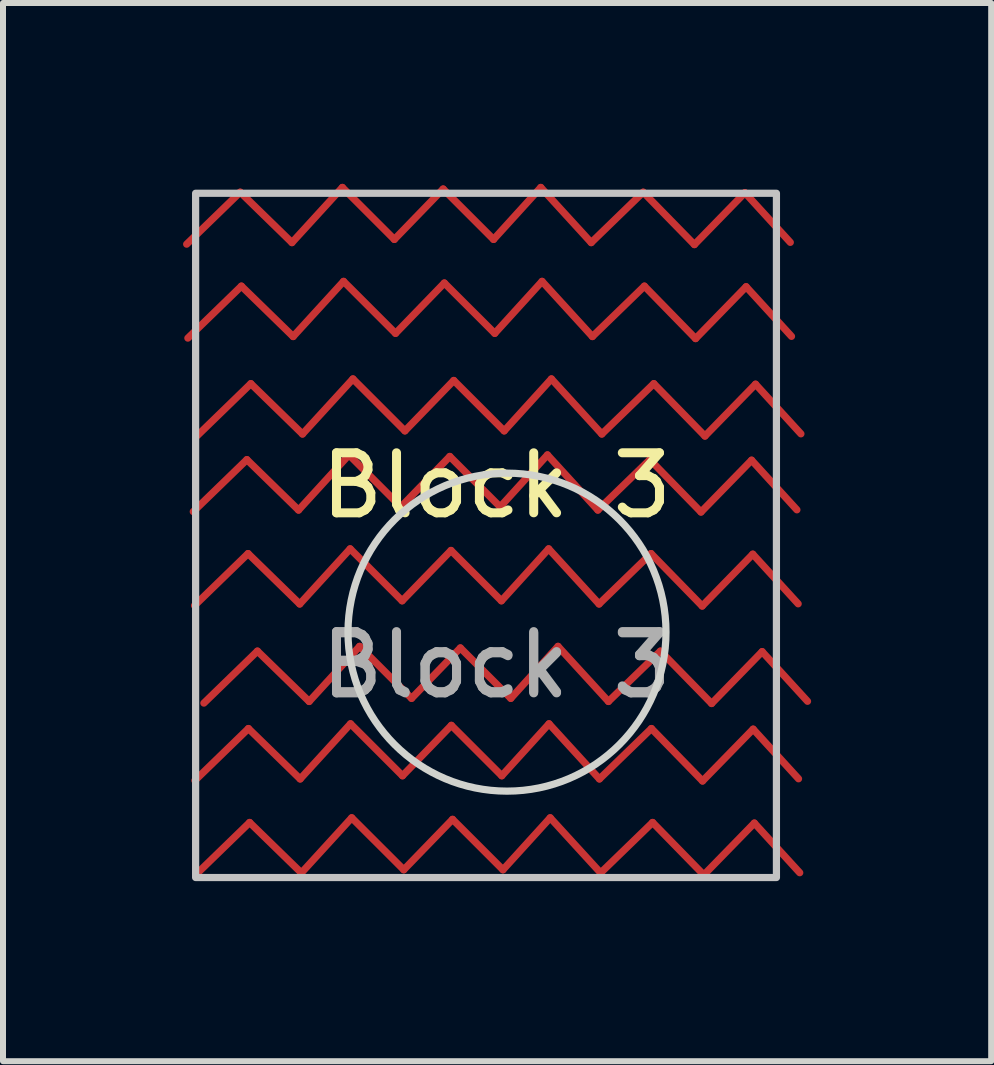
<source format=kicad_pcb>
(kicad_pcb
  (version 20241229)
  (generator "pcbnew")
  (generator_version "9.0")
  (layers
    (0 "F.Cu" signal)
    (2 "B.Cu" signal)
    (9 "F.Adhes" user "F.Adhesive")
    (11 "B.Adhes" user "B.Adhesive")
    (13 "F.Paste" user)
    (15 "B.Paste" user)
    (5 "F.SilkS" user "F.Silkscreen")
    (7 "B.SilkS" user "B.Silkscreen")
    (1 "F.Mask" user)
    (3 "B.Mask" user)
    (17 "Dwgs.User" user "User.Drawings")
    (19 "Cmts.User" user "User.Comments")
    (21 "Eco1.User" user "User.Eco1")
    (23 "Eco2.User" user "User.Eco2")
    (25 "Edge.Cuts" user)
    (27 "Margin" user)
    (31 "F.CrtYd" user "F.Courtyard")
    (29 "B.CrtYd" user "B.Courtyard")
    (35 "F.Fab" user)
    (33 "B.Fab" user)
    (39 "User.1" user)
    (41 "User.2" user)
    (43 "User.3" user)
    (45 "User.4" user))
  (footprint "Block 3"
    (layer "F.Cu")
    (at 5.223 5.539)
    (property "Reference" "Block 3" (at 0 -0.5 0) (unlocked yes) (layer "F.SilkS") (effects (font (size 1 1) (thickness 0.15))))
    (fp_line (start -5.163 -4.521) (end -4.271 -5.387) (stroke (width 0.12) (type solid)) (layer "F.Cu"))
    (fp_line (start -5.143 -2.956) (end -4.251 -3.822) (stroke (width 0.12) (type solid)) (layer "F.Cu"))
    (fp_line (start -5.053 -0.065) (end -4.16 -0.931) (stroke (width 0.12) (type solid)) (layer "F.Cu"))
    (fp_line (start -5.032 1.5) (end -4.14 0.634) (stroke (width 0.12) (type solid)) (layer "F.Cu"))
    (fp_line (start -5.026 4.415) (end -4.134 3.549) (stroke (width 0.12) (type solid)) (layer "F.Cu"))
    (fp_line (start -5.006 5.98) (end -4.114 5.114) (stroke (width 0.12) (type solid)) (layer "F.Cu"))
    (fp_line (start -4.986 -1.331) (end -4.094 -2.197) (stroke (width 0.12) (type solid)) (layer "F.Cu"))
    (fp_line (start -4.876 3.125) (end -3.984 2.259) (stroke (width 0.12) (type solid)) (layer "F.Cu"))
    (fp_line (start -4.271 -5.387) (end -3.409 -4.547) (stroke (width 0.12) (type solid)) (layer "F.Cu"))
    (fp_line (start -4.251 -3.822) (end -3.389 -2.982) (stroke (width 0.12) (type solid)) (layer "F.Cu"))
    (fp_line (start -4.16 -0.931) (end -3.299 -0.091) (stroke (width 0.12) (type solid)) (layer "F.Cu"))
    (fp_line (start -4.14 0.634) (end -3.279 1.474) (stroke (width 0.12) (type solid)) (layer "F.Cu"))
    (fp_line (start -4.134 3.549) (end -3.272 4.389) (stroke (width 0.12) (type solid)) (layer "F.Cu"))
    (fp_line (start -4.114 5.114) (end -3.252 5.954) (stroke (width 0.12) (type solid)) (layer "F.Cu"))
    (fp_line (start -4.094 -2.197) (end -3.233 -1.358) (stroke (width 0.12) (type solid)) (layer "F.Cu"))
    (fp_line (start -3.984 2.259) (end -3.122 3.098) (stroke (width 0.12) (type solid)) (layer "F.Cu"))
    (fp_line (start -3.409 -4.547) (end -2.569 -5.466) (stroke (width 0.12) (type solid)) (layer "F.Cu"))
    (fp_line (start -3.389 -2.982) (end -2.549 -3.901) (stroke (width 0.12) (type solid)) (layer "F.Cu"))
    (fp_line (start -3.299 -0.091) (end -2.459 -1.01) (stroke (width 0.12) (type solid)) (layer "F.Cu"))
    (fp_line (start -3.279 1.474) (end -2.439 0.555) (stroke (width 0.12) (type solid)) (layer "F.Cu"))
    (fp_line (start -3.272 4.389) (end -2.433 3.47) (stroke (width 0.12) (type solid)) (layer "F.Cu"))
    (fp_line (start -3.252 5.954) (end -2.413 5.036) (stroke (width 0.12) (type solid)) (layer "F.Cu"))
    (fp_line (start -3.233 -1.358) (end -2.393 -2.276) (stroke (width 0.12) (type solid)) (layer "F.Cu"))
    (fp_line (start -3.122 3.098) (end -2.282 2.18) (stroke (width 0.12) (type solid)) (layer "F.Cu"))
    (fp_line (start -2.569 -5.466) (end -1.703 -4.6) (stroke (width 0.12) (type solid)) (layer "F.Cu"))
    (fp_line (start -2.549 -3.901) (end -1.683 -3.035) (stroke (width 0.12) (type solid)) (layer "F.Cu"))
    (fp_line (start -2.459 -1.01) (end -1.593 -0.144) (stroke (width 0.12) (type solid)) (layer "F.Cu"))
    (fp_line (start -2.439 0.555) (end -1.573 1.421) (stroke (width 0.12) (type solid)) (layer "F.Cu"))
    (fp_line (start -2.433 3.47) (end -1.567 4.336) (stroke (width 0.12) (type solid)) (layer "F.Cu"))
    (fp_line (start -2.413 5.036) (end -1.546 5.902) (stroke (width 0.12) (type solid)) (layer "F.Cu"))
    (fp_line (start -2.393 -2.276) (end -1.527 -1.41) (stroke (width 0.12) (type solid)) (layer "F.Cu"))
    (fp_line (start -2.282 2.18) (end -1.416 3.046) (stroke (width 0.12) (type solid)) (layer "F.Cu"))
    (fp_line (start -1.703 -4.6) (end -0.89 -5.44) (stroke (width 0.12) (type solid)) (layer "F.Cu"))
    (fp_line (start -1.683 -3.035) (end -0.87 -3.874) (stroke (width 0.12) (type solid)) (layer "F.Cu"))
    (fp_line (start -1.593 -0.144) (end -0.779 -0.984) (stroke (width 0.12) (type solid)) (layer "F.Cu"))
    (fp_line (start -1.573 1.421) (end -0.759 0.582) (stroke (width 0.12) (type solid)) (layer "F.Cu"))
    (fp_line (start -1.567 4.336) (end -0.753 3.496) (stroke (width 0.12) (type solid)) (layer "F.Cu"))
    (fp_line (start -1.546 5.902) (end -0.733 5.062) (stroke (width 0.12) (type solid)) (layer "F.Cu"))
    (fp_line (start -1.527 -1.41) (end -0.713 -2.25) (stroke (width 0.12) (type solid)) (layer "F.Cu"))
    (fp_line (start -1.416 3.046) (end -0.603 2.206) (stroke (width 0.12) (type solid)) (layer "F.Cu"))
    (fp_line (start -0.89 -5.44) (end -0.05 -4.6) (stroke (width 0.12) (type solid)) (layer "F.Cu"))
    (fp_line (start -0.87 -3.874) (end -0.03 -3.035) (stroke (width 0.12) (type solid)) (layer "F.Cu"))
    (fp_line (start -0.779 -0.984) (end 0.06 -0.144) (stroke (width 0.12) (type solid)) (layer "F.Cu"))
    (fp_line (start -0.759 0.582) (end 0.081 1.421) (stroke (width 0.12) (type solid)) (layer "F.Cu"))
    (fp_line (start -0.753 3.496) (end 0.087 4.336) (stroke (width 0.12) (type solid)) (layer "F.Cu"))
    (fp_line (start -0.733 5.062) (end 0.107 5.902) (stroke (width 0.12) (type solid)) (layer "F.Cu"))
    (fp_line (start -0.713 -2.25) (end 0.127 -1.41) (stroke (width 0.12) (type solid)) (layer "F.Cu"))
    (fp_line (start -0.603 2.206) (end 0.237 3.046) (stroke (width 0.12) (type solid)) (layer "F.Cu"))
    (fp_line (start -0.05 -4.6) (end 0.737 -5.466) (stroke (width 0.12) (type solid)) (layer "F.Cu"))
    (fp_line (start -0.03 -3.035) (end 0.758 -3.901) (stroke (width 0.12) (type solid)) (layer "F.Cu"))
    (fp_line (start 0.06 -0.144) (end 0.848 -1.01) (stroke (width 0.12) (type solid)) (layer "F.Cu"))
    (fp_line (start 0.081 1.421) (end 0.868 0.555) (stroke (width 0.12) (type solid)) (layer "F.Cu"))
    (fp_line (start 0.087 4.336) (end 0.874 3.47) (stroke (width 0.12) (type solid)) (layer "F.Cu"))
    (fp_line (start 0.107 5.902) (end 0.894 5.036) (stroke (width 0.12) (type solid)) (layer "F.Cu"))
    (fp_line (start 0.127 -1.41) (end 0.914 -2.276) (stroke (width 0.12) (type solid)) (layer "F.Cu"))
    (fp_line (start 0.237 3.046) (end 1.024 2.18) (stroke (width 0.12) (type solid)) (layer "F.Cu"))
    (fp_line (start 0.737 -5.466) (end 1.577 -4.547) (stroke (width 0.12) (type solid)) (layer "F.Cu"))
    (fp_line (start 0.758 -3.901) (end 1.597 -2.982) (stroke (width 0.12) (type solid)) (layer "F.Cu"))
    (fp_line (start 0.848 -1.01) (end 1.688 -0.091) (stroke (width 0.12) (type solid)) (layer "F.Cu"))
    (fp_line (start 0.868 0.555) (end 1.708 1.474) (stroke (width 0.12) (type solid)) (layer "F.Cu"))
    (fp_line (start 0.874 3.47) (end 1.714 4.389) (stroke (width 0.12) (type solid)) (layer "F.Cu"))
    (fp_line (start 0.894 5.036) (end 1.734 5.954) (stroke (width 0.12) (type solid)) (layer "F.Cu"))
    (fp_line (start 0.914 -2.276) (end 1.754 -1.358) (stroke (width 0.12) (type solid)) (layer "F.Cu"))
    (fp_line (start 1.024 2.18) (end 1.864 3.098) (stroke (width 0.12) (type solid)) (layer "F.Cu"))
    (fp_line (start 1.577 -4.547) (end 2.443 -5.387) (stroke (width 0.12) (type solid)) (layer "F.Cu"))
    (fp_line (start 1.597 -2.982) (end 2.463 -3.822) (stroke (width 0.12) (type solid)) (layer "F.Cu"))
    (fp_line (start 1.688 -0.091) (end 2.554 -0.931) (stroke (width 0.12) (type solid)) (layer "F.Cu"))
    (fp_line (start 1.708 1.474) (end 2.574 0.634) (stroke (width 0.12) (type solid)) (layer "F.Cu"))
    (fp_line (start 1.714 4.389) (end 2.58 3.549) (stroke (width 0.12) (type solid)) (layer "F.Cu"))
    (fp_line (start 1.734 5.954) (end 2.6 5.114) (stroke (width 0.12) (type solid)) (layer "F.Cu"))
    (fp_line (start 1.754 -1.358) (end 2.62 -2.197) (stroke (width 0.12) (type solid)) (layer "F.Cu"))
    (fp_line (start 1.864 3.098) (end 2.73 2.259) (stroke (width 0.12) (type solid)) (layer "F.Cu"))
    (fp_line (start 2.443 -5.387) (end 3.296 -4.514) (stroke (width 0.12) (type solid)) (layer "F.Cu"))
    (fp_line (start 2.463 -3.822) (end 3.316 -2.948) (stroke (width 0.12) (type solid)) (layer "F.Cu"))
    (fp_line (start 2.554 -0.931) (end 3.406 -0.058) (stroke (width 0.12) (type solid)) (layer "F.Cu"))
    (fp_line (start 2.574 0.634) (end 3.426 1.508) (stroke (width 0.12) (type solid)) (layer "F.Cu"))
    (fp_line (start 2.58 3.549) (end 3.432 4.423) (stroke (width 0.12) (type solid)) (layer "F.Cu"))
    (fp_line (start 2.6 5.114) (end 3.453 5.988) (stroke (width 0.12) (type solid)) (layer "F.Cu"))
    (fp_line (start 2.62 -2.197) (end 3.472 -1.324) (stroke (width 0.12) (type solid)) (layer "F.Cu"))
    (fp_line (start 2.73 2.259) (end 3.583 3.132) (stroke (width 0.12) (type solid)) (layer "F.Cu"))
    (fp_line (start 3.296 -4.514) (end 4.138 -5.378) (stroke (width 0.12) (type solid)) (layer "F.Cu"))
    (fp_line (start 3.316 -2.948) (end 4.158 -3.812) (stroke (width 0.12) (type solid)) (layer "F.Cu"))
    (fp_line (start 3.406 -0.058) (end 4.249 -0.922) (stroke (width 0.12) (type solid)) (layer "F.Cu"))
    (fp_line (start 3.426 1.508) (end 4.269 0.644) (stroke (width 0.12) (type solid)) (layer "F.Cu"))
    (fp_line (start 3.432 4.423) (end 4.275 3.559) (stroke (width 0.12) (type solid)) (layer "F.Cu"))
    (fp_line (start 3.453 5.988) (end 4.295 5.124) (stroke (width 0.12) (type solid)) (layer "F.Cu"))
    (fp_line (start 3.472 -1.324) (end 4.315 -2.188) (stroke (width 0.12) (type solid)) (layer "F.Cu"))
    (fp_line (start 3.583 3.132) (end 4.425 2.268) (stroke (width 0.12) (type solid)) (layer "F.Cu"))
    (fp_line (start 4.138 -5.378) (end 4.894 -4.551) (stroke (width 0.12) (type solid)) (layer "F.Cu"))
    (fp_line (start 4.158 -3.812) (end 4.914 -2.985) (stroke (width 0.12) (type solid)) (layer "F.Cu"))
    (fp_line (start 4.249 -0.922) (end 5.004 -0.095) (stroke (width 0.12) (type solid)) (layer "F.Cu"))
    (fp_line (start 4.269 0.644) (end 5.025 1.471) (stroke (width 0.12) (type solid)) (layer "F.Cu"))
    (fp_line (start 4.275 3.559) (end 5.031 4.386) (stroke (width 0.12) (type solid)) (layer "F.Cu"))
    (fp_line (start 4.295 5.124) (end 5.051 5.951) (stroke (width 0.12) (type solid)) (layer "F.Cu"))
    (fp_line (start 4.315 -2.188) (end 5.071 -1.361) (stroke (width 0.12) (type solid)) (layer "F.Cu"))
    (fp_line (start 4.425 2.268) (end 5.181 3.095) (stroke (width 0.12) (type solid)) (layer "F.Cu"))
    (fp_line (start -5.163 -4.535) (end -4.271 -5.401) (stroke (width 0.12) (type solid)) (layer "F.Mask"))
    (fp_line (start -5.143 -2.969) (end -4.251 -3.835) (stroke (width 0.12) (type solid)) (layer "F.Mask"))
    (fp_line (start -5.053 -0.079) (end -4.161 -0.945) (stroke (width 0.12) (type solid)) (layer "F.Mask"))
    (fp_line (start -5.033 1.487) (end -4.141 0.621) (stroke (width 0.12) (type solid)) (layer "F.Mask"))
    (fp_line (start -5.027 4.402) (end -4.134 3.536) (stroke (width 0.12) (type solid)) (layer "F.Mask"))
    (fp_line (start -5.006 5.967) (end -4.114 5.101) (stroke (width 0.12) (type solid)) (layer "F.Mask"))
    (fp_line (start -4.987 -1.345) (end -4.094 -2.211) (stroke (width 0.12) (type solid)) (layer "F.Mask"))
    (fp_line (start -4.876 3.111) (end -3.984 2.245) (stroke (width 0.12) (type solid)) (layer "F.Mask"))
    (fp_line (start -4.271 -5.401) (end -3.41 -4.561) (stroke (width 0.12) (type solid)) (layer "F.Mask"))
    (fp_line (start -4.251 -3.835) (end -3.39 -2.995) (stroke (width 0.12) (type solid)) (layer "F.Mask"))
    (fp_line (start -4.161 -0.945) (end -3.299 -0.105) (stroke (width 0.12) (type solid)) (layer "F.Mask"))
    (fp_line (start -4.141 0.621) (end -3.279 1.461) (stroke (width 0.12) (type solid)) (layer "F.Mask"))
    (fp_line (start -4.134 3.536) (end -3.273 4.376) (stroke (width 0.12) (type solid)) (layer "F.Mask"))
    (fp_line (start -4.114 5.101) (end -3.253 5.941) (stroke (width 0.12) (type solid)) (layer "F.Mask"))
    (fp_line (start -4.094 -2.211) (end -3.233 -1.371) (stroke (width 0.12) (type solid)) (layer "F.Mask"))
    (fp_line (start -3.984 2.245) (end -3.123 3.085) (stroke (width 0.12) (type solid)) (layer "F.Mask"))
    (fp_line (start -3.41 -4.561) (end -2.57 -5.479) (stroke (width 0.12) (type solid)) (layer "F.Mask"))
    (fp_line (start -3.39 -2.995) (end -2.55 -3.914) (stroke (width 0.12) (type solid)) (layer "F.Mask"))
    (fp_line (start -3.299 -0.105) (end -2.459 -1.023) (stroke (width 0.12) (type solid)) (layer "F.Mask"))
    (fp_line (start -3.279 1.461) (end -2.439 0.542) (stroke (width 0.12) (type solid)) (layer "F.Mask"))
    (fp_line (start -3.273 4.376) (end -2.433 3.457) (stroke (width 0.12) (type solid)) (layer "F.Mask"))
    (fp_line (start -3.253 5.941) (end -2.413 5.022) (stroke (width 0.12) (type solid)) (layer "F.Mask"))
    (fp_line (start -3.233 -1.371) (end -2.393 -2.289) (stroke (width 0.12) (type solid)) (layer "F.Mask"))
    (fp_line (start -3.123 3.085) (end -2.283 2.167) (stroke (width 0.12) (type solid)) (layer "F.Mask"))
    (fp_line (start -2.57 -5.479) (end -1.704 -4.613) (stroke (width 0.12) (type solid)) (layer "F.Mask"))
    (fp_line (start -2.55 -3.914) (end -1.684 -3.048) (stroke (width 0.12) (type solid)) (layer "F.Mask"))
    (fp_line (start -2.459 -1.023) (end -1.593 -0.157) (stroke (width 0.12) (type solid)) (layer "F.Mask"))
    (fp_line (start -2.439 0.542) (end -1.573 1.408) (stroke (width 0.12) (type solid)) (layer "F.Mask"))
    (fp_line (start -2.433 3.457) (end -1.567 4.323) (stroke (width 0.12) (type solid)) (layer "F.Mask"))
    (fp_line (start -2.413 5.022) (end -1.547 5.888) (stroke (width 0.12) (type solid)) (layer "F.Mask"))
    (fp_line (start -2.393 -2.289) (end -1.527 -1.423) (stroke (width 0.12) (type solid)) (layer "F.Mask"))
    (fp_line (start -2.283 2.167) (end -1.417 3.033) (stroke (width 0.12) (type solid)) (layer "F.Mask"))
    (fp_line (start -1.704 -4.613) (end -0.89 -5.453) (stroke (width 0.12) (type solid)) (layer "F.Mask"))
    (fp_line (start -1.684 -3.048) (end -0.87 -3.888) (stroke (width 0.12) (type solid)) (layer "F.Mask"))
    (fp_line (start -1.593 -0.157) (end -0.78 -0.997) (stroke (width 0.12) (type solid)) (layer "F.Mask"))
    (fp_line (start -1.573 1.408) (end -0.76 0.568) (stroke (width 0.12) (type solid)) (layer "F.Mask"))
    (fp_line (start -1.567 4.323) (end -0.753 3.483) (stroke (width 0.12) (type solid)) (layer "F.Mask"))
    (fp_line (start -1.547 5.888) (end -0.733 5.048) (stroke (width 0.12) (type solid)) (layer "F.Mask"))
    (fp_line (start -1.527 -1.423) (end -0.714 -2.263) (stroke (width 0.12) (type solid)) (layer "F.Mask"))
    (fp_line (start -1.417 3.033) (end -0.603 2.193) (stroke (width 0.12) (type solid)) (layer "F.Mask"))
    (fp_line (start -0.89 -5.453) (end -0.05 -4.613) (stroke (width 0.12) (type solid)) (layer "F.Mask"))
    (fp_line (start -0.87 -3.888) (end -0.03 -3.048) (stroke (width 0.12) (type solid)) (layer "F.Mask"))
    (fp_line (start -0.78 -0.997) (end 0.06 -0.157) (stroke (width 0.12) (type solid)) (layer "F.Mask"))
    (fp_line (start -0.76 0.568) (end 0.08 1.408) (stroke (width 0.12) (type solid)) (layer "F.Mask"))
    (fp_line (start -0.753 3.483) (end 0.087 4.323) (stroke (width 0.12) (type solid)) (layer "F.Mask"))
    (fp_line (start -0.733 5.048) (end 0.107 5.888) (stroke (width 0.12) (type solid)) (layer "F.Mask"))
    (fp_line (start -0.714 -2.263) (end 0.126 -1.423) (stroke (width 0.12) (type solid)) (layer "F.Mask"))
    (fp_line (start -0.603 2.193) (end 0.237 3.033) (stroke (width 0.12) (type solid)) (layer "F.Mask"))
    (fp_line (start -0.05 -4.613) (end 0.737 -5.479) (stroke (width 0.12) (type solid)) (layer "F.Mask"))
    (fp_line (start -0.03 -3.048) (end 0.757 -3.914) (stroke (width 0.12) (type solid)) (layer "F.Mask"))
    (fp_line (start 0.06 -0.157) (end 0.847 -1.023) (stroke (width 0.12) (type solid)) (layer "F.Mask"))
    (fp_line (start 0.08 1.408) (end 0.868 0.542) (stroke (width 0.12) (type solid)) (layer "F.Mask"))
    (fp_line (start 0.087 4.323) (end 0.874 3.457) (stroke (width 0.12) (type solid)) (layer "F.Mask"))
    (fp_line (start 0.107 5.888) (end 0.894 5.022) (stroke (width 0.12) (type solid)) (layer "F.Mask"))
    (fp_line (start 0.126 -1.423) (end 0.914 -2.289) (stroke (width 0.12) (type solid)) (layer "F.Mask"))
    (fp_line (start 0.237 3.033) (end 1.024 2.167) (stroke (width 0.12) (type solid)) (layer "F.Mask"))
    (fp_line (start 0.737 -5.479) (end 1.577 -4.561) (stroke (width 0.12) (type solid)) (layer "F.Mask"))
    (fp_line (start 0.757 -3.914) (end 1.597 -2.995) (stroke (width 0.12) (type solid)) (layer "F.Mask"))
    (fp_line (start 0.847 -1.023) (end 1.687 -0.105) (stroke (width 0.12) (type solid)) (layer "F.Mask"))
    (fp_line (start 0.868 0.542) (end 1.707 1.461) (stroke (width 0.12) (type solid)) (layer "F.Mask"))
    (fp_line (start 0.874 3.457) (end 1.714 4.376) (stroke (width 0.12) (type solid)) (layer "F.Mask"))
    (fp_line (start 0.894 5.022) (end 1.734 5.941) (stroke (width 0.12) (type solid)) (layer "F.Mask"))
    (fp_line (start 0.914 -2.289) (end 1.753 -1.371) (stroke (width 0.12) (type solid)) (layer "F.Mask"))
    (fp_line (start 1.024 2.167) (end 1.864 3.085) (stroke (width 0.12) (type solid)) (layer "F.Mask"))
    (fp_line (start 1.577 -4.561) (end 2.443 -5.401) (stroke (width 0.12) (type solid)) (layer "F.Mask"))
    (fp_line (start 1.597 -2.995) (end 2.463 -3.835) (stroke (width 0.12) (type solid)) (layer "F.Mask"))
    (fp_line (start 1.687 -0.105) (end 2.553 -0.945) (stroke (width 0.12) (type solid)) (layer "F.Mask"))
    (fp_line (start 1.707 1.461) (end 2.574 0.621) (stroke (width 0.12) (type solid)) (layer "F.Mask"))
    (fp_line (start 1.714 4.376) (end 2.58 3.536) (stroke (width 0.12) (type solid)) (layer "F.Mask"))
    (fp_line (start 1.734 5.941) (end 2.6 5.101) (stroke (width 0.12) (type solid)) (layer "F.Mask"))
    (fp_line (start 1.753 -1.371) (end 2.62 -2.211) (stroke (width 0.12) (type solid)) (layer "F.Mask"))
    (fp_line (start 1.864 3.085) (end 2.73 2.245) (stroke (width 0.12) (type solid)) (layer "F.Mask"))
    (fp_line (start 2.443 -5.401) (end 3.295 -4.527) (stroke (width 0.12) (type solid)) (layer "F.Mask"))
    (fp_line (start 2.463 -3.835) (end 3.315 -2.962) (stroke (width 0.12) (type solid)) (layer "F.Mask"))
    (fp_line (start 2.553 -0.945) (end 3.406 -0.071) (stroke (width 0.12) (type solid)) (layer "F.Mask"))
    (fp_line (start 2.574 0.621) (end 3.426 1.494) (stroke (width 0.12) (type solid)) (layer "F.Mask"))
    (fp_line (start 2.58 3.536) (end 3.432 4.409) (stroke (width 0.12) (type solid)) (layer "F.Mask"))
    (fp_line (start 2.6 5.101) (end 3.452 5.975) (stroke (width 0.12) (type solid)) (layer "F.Mask"))
    (fp_line (start 2.62 -2.211) (end 3.472 -1.337) (stroke (width 0.12) (type solid)) (layer "F.Mask"))
    (fp_line (start 2.73 2.245) (end 3.582 3.119) (stroke (width 0.12) (type solid)) (layer "F.Mask"))
    (fp_line (start 3.295 -4.527) (end 4.138 -5.391) (stroke (width 0.12) (type solid)) (layer "F.Mask"))
    (fp_line (start 3.315 -2.962) (end 4.158 -3.826) (stroke (width 0.12) (type solid)) (layer "F.Mask"))
    (fp_line (start 3.406 -0.071) (end 4.248 -0.935) (stroke (width 0.12) (type solid)) (layer "F.Mask"))
    (fp_line (start 3.426 1.494) (end 4.268 0.63) (stroke (width 0.12) (type solid)) (layer "F.Mask"))
    (fp_line (start 3.432 4.409) (end 4.275 3.545) (stroke (width 0.12) (type solid)) (layer "F.Mask"))
    (fp_line (start 3.452 5.975) (end 4.295 5.111) (stroke (width 0.12) (type solid)) (layer "F.Mask"))
    (fp_line (start 3.472 -1.337) (end 4.314 -2.201) (stroke (width 0.12) (type solid)) (layer "F.Mask"))
    (fp_line (start 3.582 3.119) (end 4.425 2.255) (stroke (width 0.12) (type solid)) (layer "F.Mask"))
    (fp_line (start 4.138 -5.391) (end 4.894 -4.564) (stroke (width 0.12) (type solid)) (layer "F.Mask"))
    (fp_line (start 4.158 -3.826) (end 4.914 -2.999) (stroke (width 0.12) (type solid)) (layer "F.Mask"))
    (fp_line (start 4.248 -0.935) (end 5.004 -0.108) (stroke (width 0.12) (type solid)) (layer "F.Mask"))
    (fp_line (start 4.268 0.63) (end 5.024 1.457) (stroke (width 0.12) (type solid)) (layer "F.Mask"))
    (fp_line (start 4.275 3.545) (end 5.031 4.372) (stroke (width 0.12) (type solid)) (layer "F.Mask"))
    (fp_line (start 4.295 5.111) (end 5.051 5.938) (stroke (width 0.12) (type solid)) (layer "F.Mask"))
    (fp_line (start 4.314 -2.201) (end 5.07 -1.374) (stroke (width 0.12) (type solid)) (layer "F.Mask"))
    (fp_line (start 4.425 2.255) (end 5.181 3.082) (stroke (width 0.12) (type solid)) (layer "F.Mask"))
    (fp_circle (center 0.049 -3.157) (end 1.299 -3.157) (stroke (width 0.12) (type solid)) (fill yes) (layer "F.Mask"))
    (fp_circle (center 0.037 -3.155) (end 1.287 -3.155) (stroke (width 0.12) (type solid)) (fill yes) (layer "B.Mask"))
    (fp_rect (start -5.014 -5.369) (end 4.663 6.031) (stroke (width 0.12) (type solid)) (fill no) (layer "Dwgs.User"))
    (fp_circle (center 0.174 1.943) (end 2.823 1.943) (stroke (width 0.12) (type solid)) (fill no) (layer "Edge.Cuts"))
    (fp_text user "${REFERENCE}" (at 0 2.479 0) (unlocked yes) (layer "F.Fab") (effects (font (size 1 1) (thickness 0.15))))
    (fp_text user "${REFERENCE}" (at 0 2.5 0) (unlocked yes) (layer "F.Fab") (effects (font (size 1 1) (thickness 0.15)))))
  (gr_rect
    (start -3 -3)
    (end 13.464 14.63)
    (stroke (width 0.1) (type default))
    (fill no)
    (layer "Edge.Cuts")))
</source>
